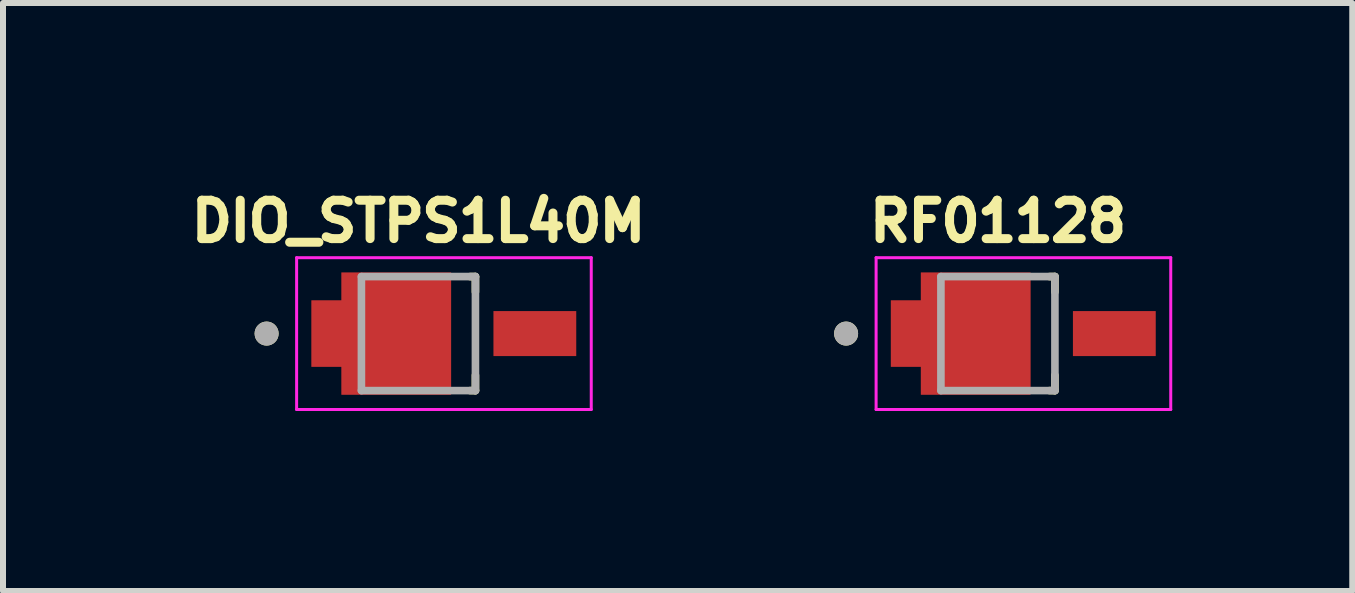
<source format=kicad_pcb>
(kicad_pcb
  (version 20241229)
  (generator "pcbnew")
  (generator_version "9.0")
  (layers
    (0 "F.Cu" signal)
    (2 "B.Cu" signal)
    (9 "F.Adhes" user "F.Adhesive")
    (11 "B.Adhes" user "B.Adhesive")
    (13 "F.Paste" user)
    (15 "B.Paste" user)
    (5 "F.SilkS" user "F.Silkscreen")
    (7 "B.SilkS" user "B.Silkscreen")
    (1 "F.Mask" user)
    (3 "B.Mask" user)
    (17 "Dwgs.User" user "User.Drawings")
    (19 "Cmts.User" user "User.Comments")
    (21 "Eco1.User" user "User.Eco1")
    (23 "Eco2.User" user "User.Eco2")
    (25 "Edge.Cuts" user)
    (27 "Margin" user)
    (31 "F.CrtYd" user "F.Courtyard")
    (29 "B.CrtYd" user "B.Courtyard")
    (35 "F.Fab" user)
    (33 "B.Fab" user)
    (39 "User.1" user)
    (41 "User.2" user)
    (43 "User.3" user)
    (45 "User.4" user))
  (footprint "RF01128"
    (layer "F.Cu")
    (at 14.005 2.509)
    (property "Reference" "RF01128" (at -0.423 -1.871 0) (layer "F.SilkS") (effects (font (size 0.64 0.64) (thickness 0.15))))
    (attr smd)
    (fp_poly (pts (xy -2.305 -0.65) (xy -2.305 0.65) (xy -1.805 0.65) (xy -1.805 1.115) (xy 0.215 1.115) (xy 0.215 -1.115) (xy -1.805 -1.115) (xy -1.805 -0.65)) (stroke (width 0.01) (type solid)) (fill yes) (layer "F.Mask"))
    (fp_line (start 0.435 0.95) (end 0.525 0.95) (stroke (width 0.127) (type solid)) (layer "F.SilkS"))
    (fp_line (start 0.525 -0.95) (end 0.435 -0.95) (stroke (width 0.127) (type solid)) (layer "F.SilkS"))
    (fp_line (start 0.525 -0.695) (end 0.525 -0.95) (stroke (width 0.127) (type solid)) (layer "F.SilkS"))
    (fp_line (start 0.525 0.95) (end 0.525 0.695) (stroke (width 0.127) (type solid)) (layer "F.SilkS"))
    (fp_circle (center -2.955 0) (end -2.855 0) (stroke (width 0.2) (type solid)) (fill no) (layer "F.SilkS"))
    (fp_poly (pts (xy -2.205 -0.55) (xy -2.205 0.55) (xy -1.705 0.55) (xy -1.705 1.015) (xy 0.115 1.015) (xy 0.115 -1.015) (xy -1.705 -1.015) (xy -1.705 -0.55)) (stroke (width 0.01) (type solid)) (fill yes) (layer "F.Paste"))
    (fp_line (start -2.455 -1.265) (end -2.455 1.265) (stroke (width 0.05) (type solid)) (layer "F.CrtYd"))
    (fp_line (start -2.455 1.265) (end 2.455 1.265) (stroke (width 0.05) (type solid)) (layer "F.CrtYd"))
    (fp_line (start 2.455 -1.265) (end -2.455 -1.265) (stroke (width 0.05) (type solid)) (layer "F.CrtYd"))
    (fp_line (start 2.455 1.265) (end 2.455 -1.265) (stroke (width 0.05) (type solid)) (layer "F.CrtYd"))
    (fp_line (start -1.375 -0.95) (end -1.375 0.95) (stroke (width 0.127) (type solid)) (layer "F.Fab"))
    (fp_line (start -1.375 0.95) (end 0.525 0.95) (stroke (width 0.127) (type solid)) (layer "F.Fab"))
    (fp_line (start 0.525 -0.95) (end -1.375 -0.95) (stroke (width 0.127) (type solid)) (layer "F.Fab"))
    (fp_line (start 0.525 0.95) (end 0.525 -0.95) (stroke (width 0.127) (type solid)) (layer "F.Fab"))
    (fp_circle (center -2.955 0) (end -2.855 0) (stroke (width 0.2) (type solid)) (fill no) (layer "F.Fab"))
    (pad "1" smd custom (at -1.515 0) (size 0.5 0.5) (layers "F.Cu") (options (anchor rect)) (primitives (gr_poly (pts (xy -0.69 -0.55) (xy -0.69 0.55) (xy -0.19 0.55) (xy -0.19 1.015) (xy 1.63 1.015) (xy 1.63 -1.015) (xy -0.19 -1.015) (xy -0.19 -0.55)) (width 0.01) (fill yes))))
    (pad "2" smd rect (at 1.515 0) (size 1.38 0.75) (layers "F.Cu" "F.Mask" "F.Paste")))
  (footprint "DIO_STPS1L40M"
    (layer "F.Cu")
    (at 4.348 2.509)
    (property "Reference" "DIO_STPS1L40M" (at -0.423 -1.871 0) (layer "F.SilkS") (effects (font (size 0.64 0.64) (thickness 0.15))))
    (attr smd)
    (fp_poly (pts (xy -2.305 -0.65) (xy -2.305 0.65) (xy -1.805 0.65) (xy -1.805 1.115) (xy 0.215 1.115) (xy 0.215 -1.115) (xy -1.805 -1.115) (xy -1.805 -0.65)) (stroke (width 0.01) (type solid)) (fill yes) (layer "F.Mask"))
    (fp_line (start 0.435 0.95) (end 0.525 0.95) (stroke (width 0.127) (type solid)) (layer "F.SilkS"))
    (fp_line (start 0.525 -0.95) (end 0.435 -0.95) (stroke (width 0.127) (type solid)) (layer "F.SilkS"))
    (fp_line (start 0.525 -0.695) (end 0.525 -0.95) (stroke (width 0.127) (type solid)) (layer "F.SilkS"))
    (fp_line (start 0.525 0.95) (end 0.525 0.695) (stroke (width 0.127) (type solid)) (layer "F.SilkS"))
    (fp_circle (center -2.955 0) (end -2.855 0) (stroke (width 0.2) (type solid)) (fill no) (layer "F.SilkS"))
    (fp_poly (pts (xy -2.205 -0.55) (xy -2.205 0.55) (xy -1.705 0.55) (xy -1.705 1.015) (xy 0.115 1.015) (xy 0.115 -1.015) (xy -1.705 -1.015) (xy -1.705 -0.55)) (stroke (width 0.01) (type solid)) (fill yes) (layer "F.Paste"))
    (fp_line (start -2.455 -1.265) (end -2.455 1.265) (stroke (width 0.05) (type solid)) (layer "F.CrtYd"))
    (fp_line (start -2.455 1.265) (end 2.455 1.265) (stroke (width 0.05) (type solid)) (layer "F.CrtYd"))
    (fp_line (start 2.455 -1.265) (end -2.455 -1.265) (stroke (width 0.05) (type solid)) (layer "F.CrtYd"))
    (fp_line (start 2.455 1.265) (end 2.455 -1.265) (stroke (width 0.05) (type solid)) (layer "F.CrtYd"))
    (fp_line (start -1.375 -0.95) (end -1.375 0.95) (stroke (width 0.127) (type solid)) (layer "F.Fab"))
    (fp_line (start -1.375 0.95) (end 0.525 0.95) (stroke (width 0.127) (type solid)) (layer "F.Fab"))
    (fp_line (start 0.525 -0.95) (end -1.375 -0.95) (stroke (width 0.127) (type solid)) (layer "F.Fab"))
    (fp_line (start 0.525 0.95) (end 0.525 -0.95) (stroke (width 0.127) (type solid)) (layer "F.Fab"))
    (fp_circle (center -2.955 0) (end -2.855 0) (stroke (width 0.2) (type solid)) (fill no) (layer "F.Fab"))
    (pad "1" smd custom (at -1.515 0) (size 0.5 0.5) (layers "F.Cu") (options (anchor rect)) (primitives (gr_poly (pts (xy -0.69 -0.55) (xy -0.69 0.55) (xy -0.19 0.55) (xy -0.19 1.015) (xy 1.63 1.015) (xy 1.63 -1.015) (xy -0.19 -1.015) (xy -0.19 -0.55)) (width 0.01) (fill yes))))
    (pad "2" smd rect (at 1.515 0) (size 1.38 0.75) (layers "F.Cu" "F.Mask" "F.Paste")))
  (gr_rect
    (start -3 -3)
    (end 19.485 6.799)
    (stroke (width 0.1) (type default))
    (fill no)
    (layer "Edge.Cuts")))
</source>
